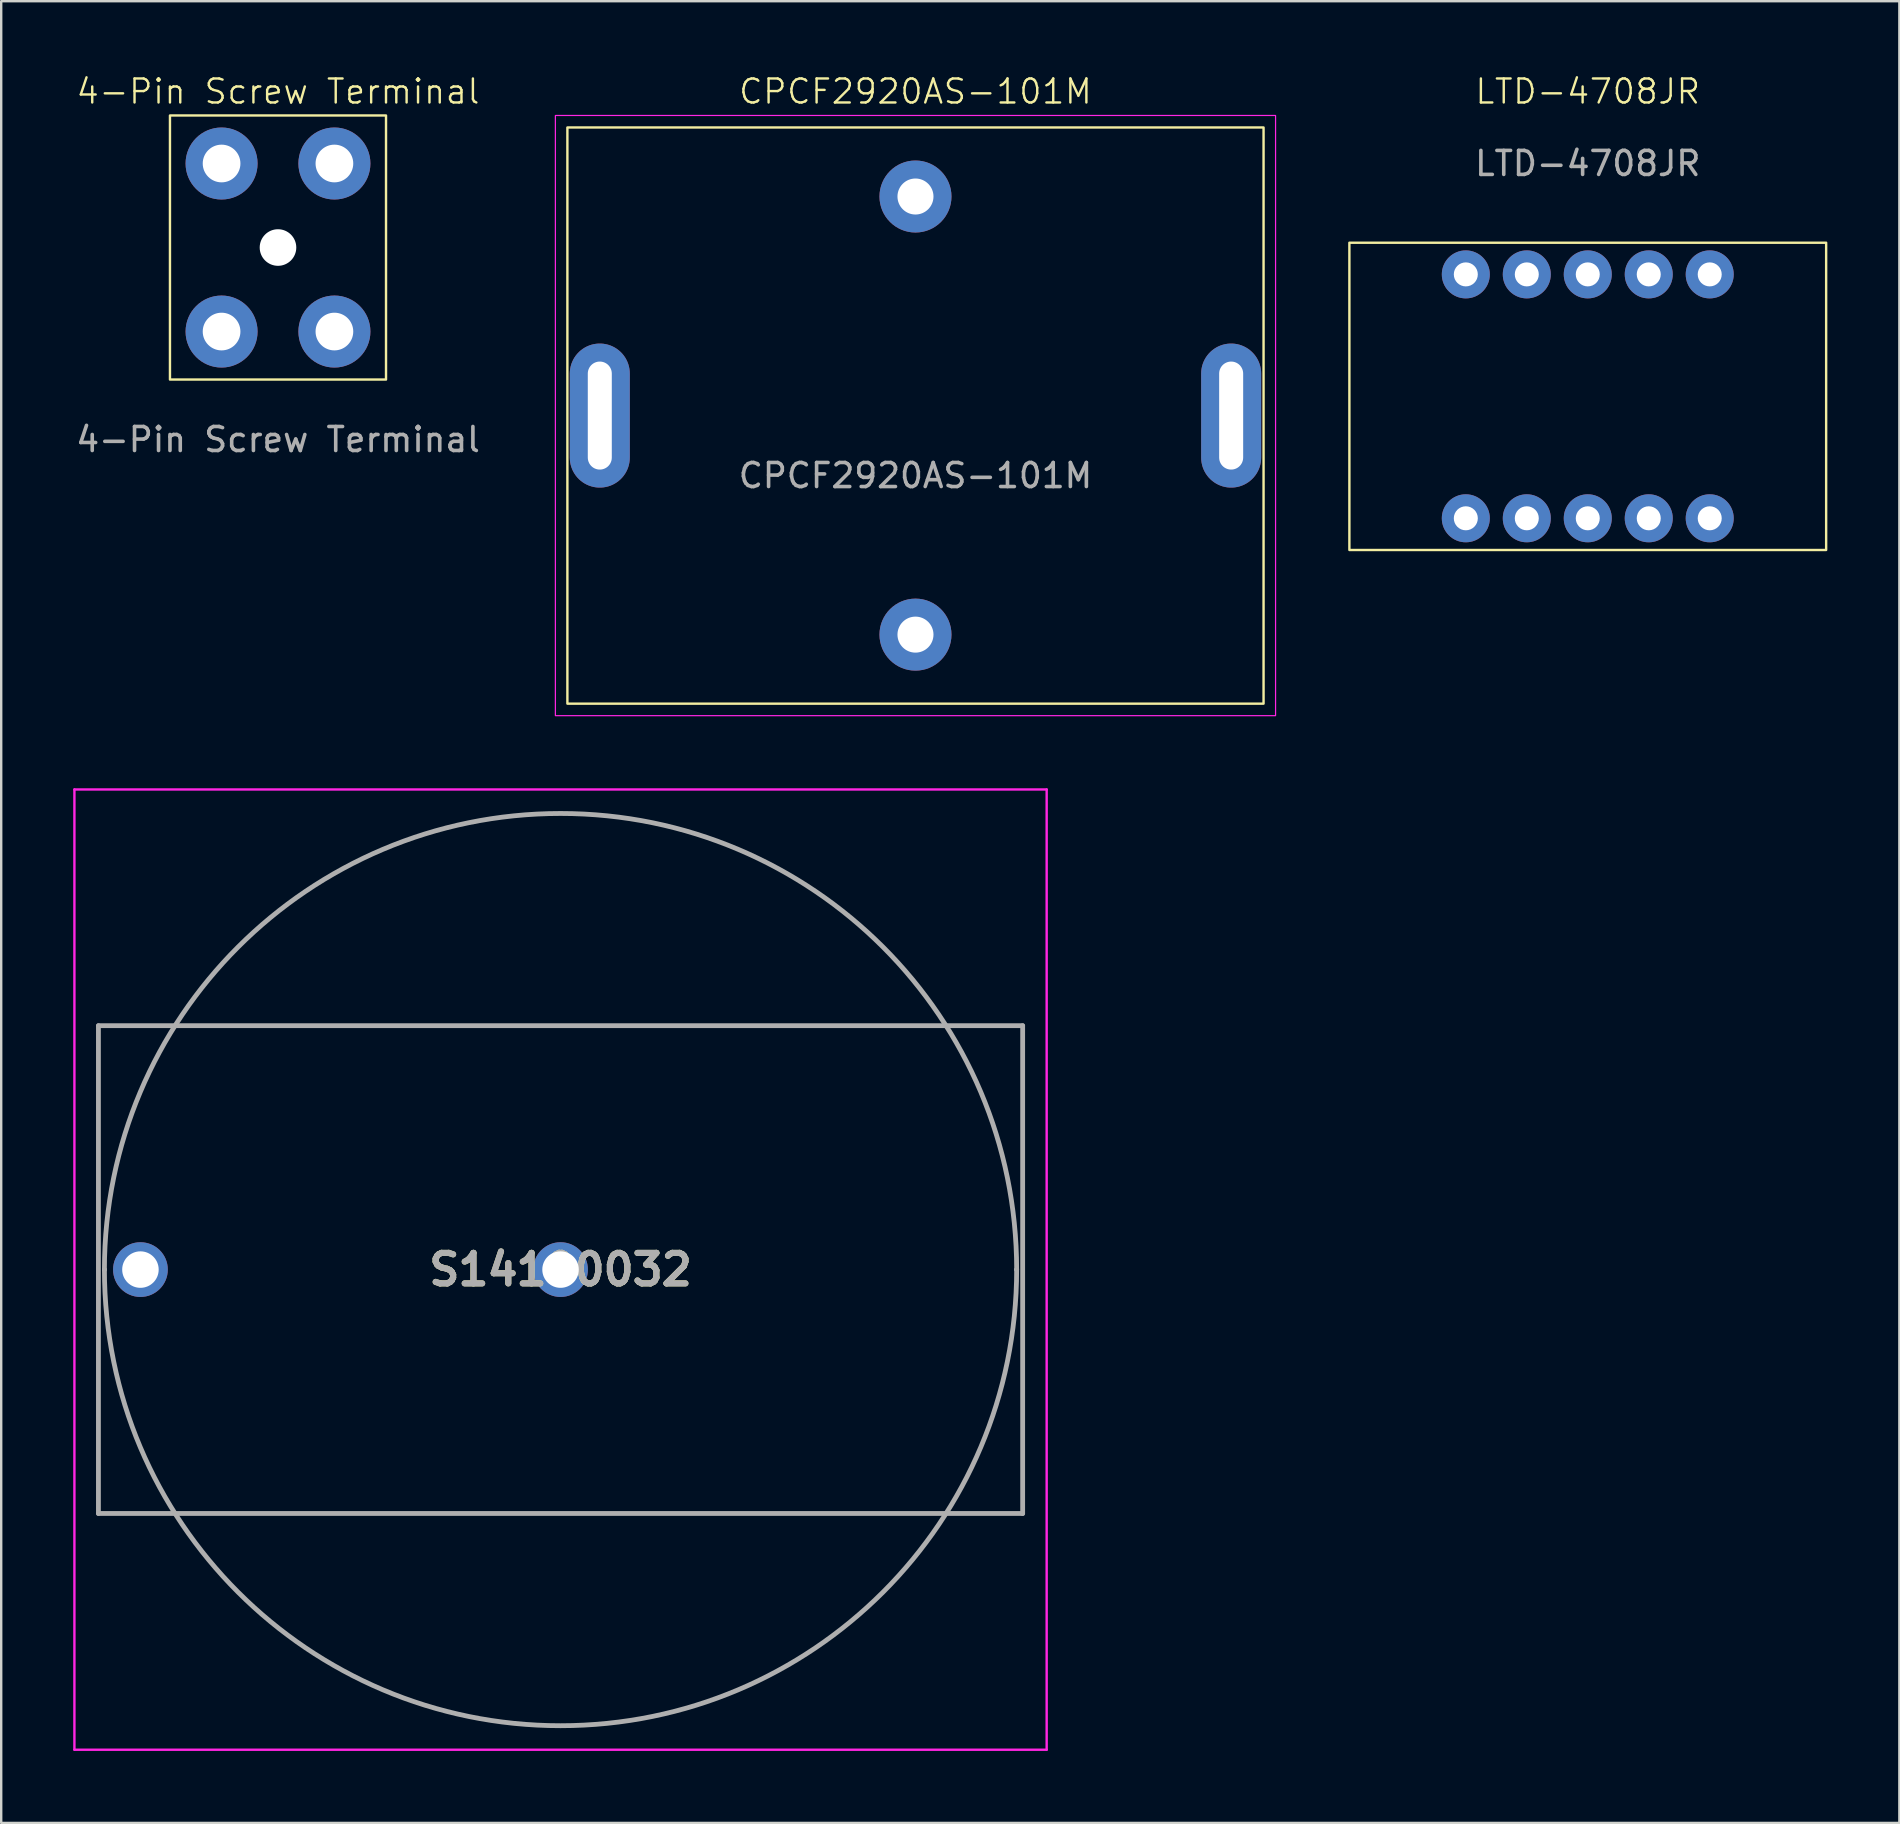
<source format=kicad_pcb>
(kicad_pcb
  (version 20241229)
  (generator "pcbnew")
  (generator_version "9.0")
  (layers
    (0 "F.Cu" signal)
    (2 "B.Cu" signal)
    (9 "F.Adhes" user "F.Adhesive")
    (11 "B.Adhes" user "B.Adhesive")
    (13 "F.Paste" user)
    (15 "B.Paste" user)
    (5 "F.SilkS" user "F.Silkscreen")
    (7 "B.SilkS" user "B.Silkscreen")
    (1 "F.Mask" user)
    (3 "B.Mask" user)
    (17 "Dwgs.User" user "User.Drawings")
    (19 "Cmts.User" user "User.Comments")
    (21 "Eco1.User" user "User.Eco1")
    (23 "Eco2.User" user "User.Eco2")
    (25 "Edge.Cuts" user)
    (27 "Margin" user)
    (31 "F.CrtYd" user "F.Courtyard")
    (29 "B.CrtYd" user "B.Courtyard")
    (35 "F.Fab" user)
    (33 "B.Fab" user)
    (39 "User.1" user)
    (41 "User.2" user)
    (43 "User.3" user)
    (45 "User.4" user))
  (footprint "4-Pin Screw Terminal"
    (layer "F.Cu")
    (at 8.53 7.261)
    (property "Reference" "4-Pin Screw Terminal" (at 0 -6.5 0) (unlocked yes) (layer "F.SilkS") (effects (font (size 1 1) (thickness 0.1))))
    (attr through_hole)
    (fp_rect (start -4.5 -5.5) (end 4.5 5.5) (stroke (width 0.1) (type default)) (fill no) (layer "F.SilkS"))
    (fp_text user "${REFERENCE}" (at 0 8 0) (unlocked yes) (layer "F.Fab") (effects (font (size 1 1) (thickness 0.15))))
    (pad "" np_thru_hole circle (at 0 0) (size 1.524 1.524) (drill 3.7) (layers "*.Cu" "*.Mask"))
    (pad "1" thru_hole circle (at -2.35 -3.5) (size 3 3) (drill 1.57) (layers "*.Cu" "*.Mask"))
    (pad "1" thru_hole circle (at -2.35 3.5) (size 3 3) (drill 1.57) (layers "*.Cu" "*.Mask"))
    (pad "1" thru_hole circle (at 2.35 -3.5) (size 3 3) (drill 1.57) (layers "*.Cu" "*.Mask"))
    (pad "1" thru_hole circle (at 2.35 3.5) (size 3 3) (drill 1.57) (layers "*.Cu" "*.Mask")))
  (footprint "CPCF2920AS-101M"
    (layer "F.Cu")
    (at 35.085 14.261)
    (property "Reference" "CPCF2920AS-101M" (at 0 -13.5 0) (unlocked yes) (layer "F.SilkS") (effects (font (size 1 1) (thickness 0.1))))
    (attr through_hole)
    (fp_rect (start -14.5 -12) (end 14.5 12) (stroke (width 0.1) (type default)) (fill no) (layer "F.SilkS"))
    (fp_rect (start -15 -12.5) (end 15 12.5) (stroke (width 0.05) (type default)) (fill no) (layer "F.CrtYd"))
    (fp_text user "${REFERENCE}" (at 0 2.5 0) (unlocked yes) (layer "F.Fab") (effects (font (size 1 1) (thickness 0.15))))
    (pad "" thru_hole oval (at -13.15 0) (size 2.5 6) (drill oval 1 4.5) (layers "*.Cu" "*.Mask"))
    (pad "" thru_hole oval (at 13.15 0) (size 2.5 6) (drill oval 1 4.5) (layers "*.Cu" "*.Mask"))
    (pad "1" thru_hole circle (at 0 -9.125) (size 3 3) (drill 1.5) (layers "*.Cu" "*.Mask"))
    (pad "2" thru_hole circle (at 0 9.125) (size 3 3) (drill 1.5) (layers "*.Cu" "*.Mask")))
  (footprint "LTD-4708JR"
    (layer "F.Cu")
    (at 63.09 13.46)
    (property "Reference" "LTD-4708JR" (at 0 -12.7 0) (unlocked yes) (layer "F.SilkS") (effects (font (size 1 1) (thickness 0.1))))
    (attr through_hole)
    (fp_rect (start -9.93 -6.4) (end 9.93 6.4) (stroke (width 0.1) (type default)) (fill no) (layer "F.SilkS"))
    (fp_text user "${REFERENCE}" (at 0 -9.7 0) (unlocked yes) (layer "F.Fab") (effects (font (size 1 1) (thickness 0.15))))
    (pad "1" thru_hole circle (at -5.08 5.08) (size 2 2) (drill 1) (layers "*.Cu" "*.Mask"))
    (pad "2" thru_hole circle (at -2.54 5.08) (size 2 2) (drill 1) (layers "*.Cu" "*.Mask"))
    (pad "3" thru_hole circle (at 0 5.08) (size 2 2) (drill 1) (layers "*.Cu" "*.Mask"))
    (pad "4" thru_hole circle (at 2.54 5.08) (size 2 2) (drill 1) (layers "*.Cu" "*.Mask"))
    (pad "5" thru_hole circle (at 5.08 5.08) (size 2 2) (drill 1) (layers "*.Cu" "*.Mask"))
    (pad "6" thru_hole circle (at 5.08 -5.08) (size 2 2) (drill 1) (layers "*.Cu" "*.Mask"))
    (pad "7" thru_hole circle (at 2.54 -5.08) (size 2 2) (drill 1) (layers "*.Cu" "*.Mask"))
    (pad "8" thru_hole circle (at 0 -5.08) (size 2 2) (drill 1) (layers "*.Cu" "*.Mask"))
    (pad "9" thru_hole circle (at -2.54 -5.08) (size 2 2) (drill 1) (layers "*.Cu" "*.Mask"))
    (pad "10" thru_hole circle (at -5.08 -5.08) (size 2 2) (drill 1) (layers "*.Cu" "*.Mask")))
  (footprint "S14100032"
    (layer "F.Cu")
    (at 20.3 49.836)
    (property "Reference" "S14100032" (at 0 0 0) (layer "F.SilkS") (effects (font (size 1.27 1.27) (thickness 0.254))))
    (attr through_hole)
    (fp_line (start -19 0) (end -19 0) (stroke (width 0.1) (type solid)) (layer "F.SilkS"))
    (fp_line (start 19 0) (end 19 0) (stroke (width 0.1) (type solid)) (layer "F.SilkS"))
    (fp_arc (start -19 0) (mid 0 -19) (end 19 0) (stroke (width 0.1) (type solid)) (layer "F.SilkS"))
    (fp_arc (start 19 0) (mid 0 19) (end -19 0) (stroke (width 0.1) (type solid)) (layer "F.SilkS"))
    (fp_line (start -20.25 -20) (end 20.25 -20) (stroke (width 0.1) (type solid)) (layer "F.CrtYd"))
    (fp_line (start -20.25 20) (end -20.25 -20) (stroke (width 0.1) (type solid)) (layer "F.CrtYd"))
    (fp_line (start 20.25 -20) (end 20.25 20) (stroke (width 0.1) (type solid)) (layer "F.CrtYd"))
    (fp_line (start 20.25 20) (end -20.25 20) (stroke (width 0.1) (type solid)) (layer "F.CrtYd"))
    (fp_line (start -19.25 -10.16) (end 19.25 -10.16) (stroke (width 0.2) (type solid)) (layer "F.Fab"))
    (fp_line (start -19.25 10.16) (end -19.25 -10.16) (stroke (width 0.2) (type solid)) (layer "F.Fab"))
    (fp_line (start -19 0) (end -19 0) (stroke (width 0.2) (type solid)) (layer "F.Fab"))
    (fp_line (start 19 0) (end 19 0) (stroke (width 0.2) (type solid)) (layer "F.Fab"))
    (fp_line (start 19.25 -10.16) (end 19.25 10.16) (stroke (width 0.2) (type solid)) (layer "F.Fab"))
    (fp_line (start 19.25 10.16) (end -19.25 10.16) (stroke (width 0.2) (type solid)) (layer "F.Fab"))
    (fp_arc (start -19 0) (mid 0 -19) (end 19 0) (stroke (width 0.2) (type solid)) (layer "F.Fab"))
    (fp_arc (start 19 0) (mid 0 19) (end -19 0) (stroke (width 0.2) (type solid)) (layer "F.Fab"))
    (fp_text user "${REFERENCE}" (at 0 0 0) (layer "F.Fab") (effects (font (size 1.27 1.27) (thickness 0.254))))
    (pad "1" thru_hole circle (at -17.5 0) (size 2.28 2.28) (drill 1.52) (layers "*.Cu" "*.Mask"))
    (pad "2" thru_hole circle (at 0 0) (size 2.28 2.28) (drill 1.52) (layers "*.Cu" "*.Mask")))
  (gr_rect
    (start -3 -3)
    (end 76.07 72.885)
    (stroke (width 0.1) (type default))
    (fill no)
    (layer "Edge.Cuts")))
</source>
